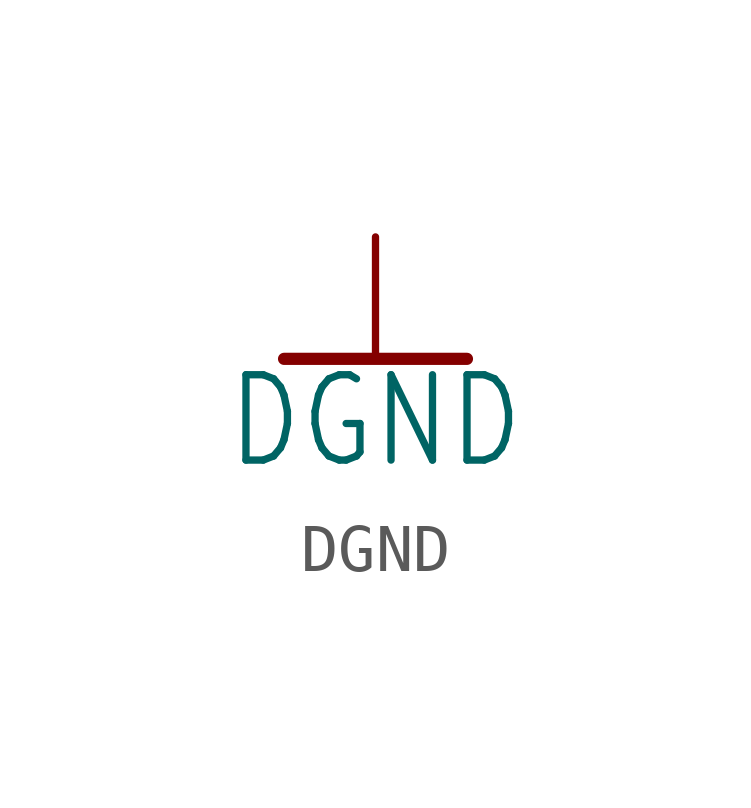
<source format=kicad_sym>
(kicad_symbol_lib
  (version 20220331)
  (generator kicad_symbol_editor)
  (symbol "DGND"
    (power)
    (property "Reference" "#GND"
      (at 0 0 0)
      (effects (font (size 1.27 1.27)) hide))
    (property "Value" "DGND"
      (at 0 -0.254 0)
      (effects (font (size 1.778 1.511)) (justify top)))
    (property "ki_locked" ""
      (at 0 0 0)
      (effects (font (size 1.27 1.27))))
    (symbol "DGND_1_0"
      (polyline (pts (xy -1.905 0) (xy 1.905 0)) (stroke (width 0.254) (type solid)) (fill (type none)))
      (pin power_in line (at 0 2.54 270) (length 2.54) (name "GND" (effects (font (size 0 0)))) (number "1" (effects (font (size 0 0))))))))
</source>
